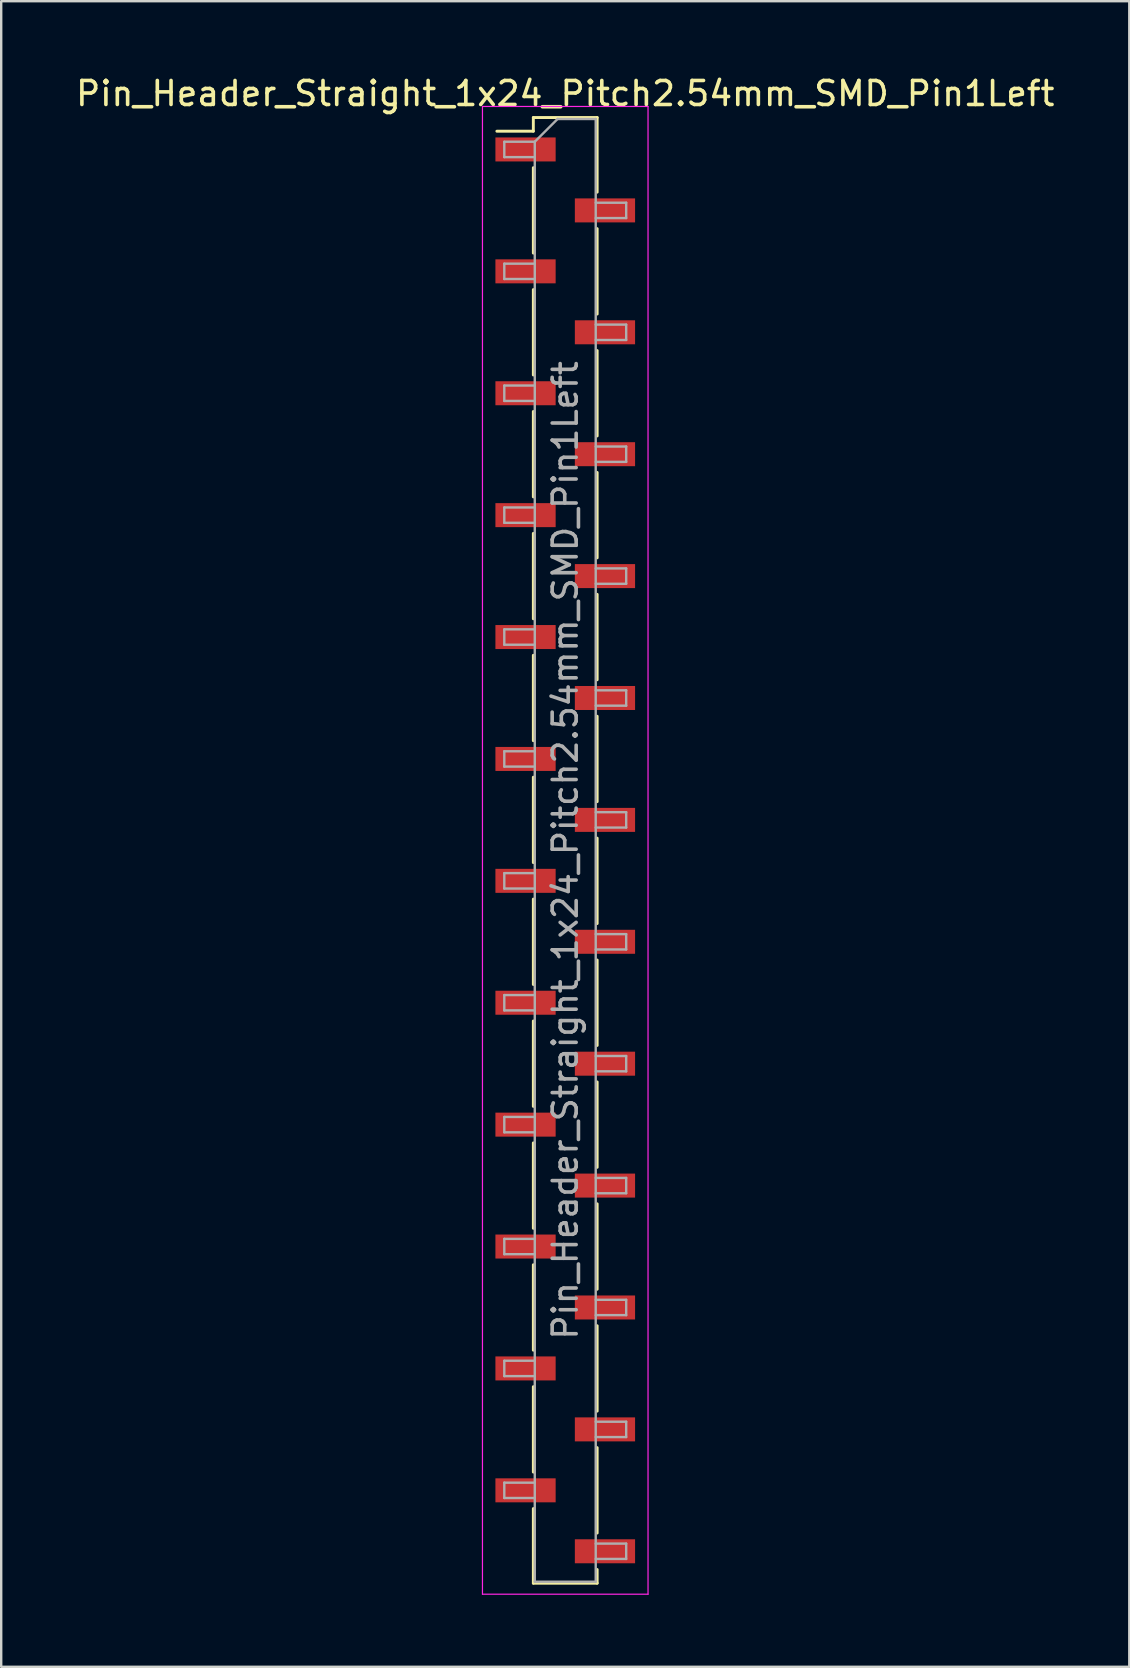
<source format=kicad_pcb>
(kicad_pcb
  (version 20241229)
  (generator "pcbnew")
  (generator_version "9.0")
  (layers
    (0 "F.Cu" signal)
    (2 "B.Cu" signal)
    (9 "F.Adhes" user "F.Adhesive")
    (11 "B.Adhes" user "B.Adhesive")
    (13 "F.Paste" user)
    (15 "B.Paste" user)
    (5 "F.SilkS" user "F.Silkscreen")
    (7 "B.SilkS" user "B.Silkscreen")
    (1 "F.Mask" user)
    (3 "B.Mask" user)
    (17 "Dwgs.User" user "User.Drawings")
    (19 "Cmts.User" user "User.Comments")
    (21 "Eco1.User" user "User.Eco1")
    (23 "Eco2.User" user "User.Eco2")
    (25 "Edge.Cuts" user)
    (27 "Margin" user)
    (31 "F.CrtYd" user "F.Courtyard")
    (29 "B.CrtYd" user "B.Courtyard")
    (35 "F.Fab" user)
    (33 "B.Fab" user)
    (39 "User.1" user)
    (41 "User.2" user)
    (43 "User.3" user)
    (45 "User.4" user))
  (footprint "Pin_Header_Straight_1x24_Pitch2.54mm_SMD_Pin1Left"
    (layer "F.Cu")
    (at 20.506 32.388)
    (property "Reference" "Pin_Header_Straight_1x24_Pitch2.54mm_SMD_Pin1Left" (at 0 -31.54 0) (layer "F.SilkS") (effects (font (size 1 1) (thickness 0.15))))
    (attr smd)
    (fp_line (start -1.33 -30.54) (end -1.33 -29.97) (stroke (width 0.12) (type solid)) (layer "F.SilkS"))
    (fp_line (start -1.33 -30.54) (end 1.33 -30.54) (stroke (width 0.12) (type solid)) (layer "F.SilkS"))
    (fp_line (start -1.33 -29.97) (end -2.85 -29.97) (stroke (width 0.12) (type solid)) (layer "F.SilkS"))
    (fp_line (start -1.33 -28.45) (end -1.33 -24.89) (stroke (width 0.12) (type solid)) (layer "F.SilkS"))
    (fp_line (start -1.33 -23.37) (end -1.33 -19.81) (stroke (width 0.12) (type solid)) (layer "F.SilkS"))
    (fp_line (start -1.33 -18.29) (end -1.33 -14.73) (stroke (width 0.12) (type solid)) (layer "F.SilkS"))
    (fp_line (start -1.33 -13.21) (end -1.33 -9.65) (stroke (width 0.12) (type solid)) (layer "F.SilkS"))
    (fp_line (start -1.33 -8.13) (end -1.33 -4.57) (stroke (width 0.12) (type solid)) (layer "F.SilkS"))
    (fp_line (start -1.33 -3.05) (end -1.33 0.51) (stroke (width 0.12) (type solid)) (layer "F.SilkS"))
    (fp_line (start -1.33 2.03) (end -1.33 5.59) (stroke (width 0.12) (type solid)) (layer "F.SilkS"))
    (fp_line (start -1.33 7.11) (end -1.33 10.67) (stroke (width 0.12) (type solid)) (layer "F.SilkS"))
    (fp_line (start -1.33 12.19) (end -1.33 15.75) (stroke (width 0.12) (type solid)) (layer "F.SilkS"))
    (fp_line (start -1.33 17.27) (end -1.33 20.83) (stroke (width 0.12) (type solid)) (layer "F.SilkS"))
    (fp_line (start -1.33 22.35) (end -1.33 25.91) (stroke (width 0.12) (type solid)) (layer "F.SilkS"))
    (fp_line (start -1.33 27.43) (end -1.33 30.54) (stroke (width 0.12) (type solid)) (layer "F.SilkS"))
    (fp_line (start -1.33 30.54) (end 1.33 30.54) (stroke (width 0.12) (type solid)) (layer "F.SilkS"))
    (fp_line (start 1.33 -30.54) (end 1.33 -27.43) (stroke (width 0.12) (type solid)) (layer "F.SilkS"))
    (fp_line (start 1.33 -25.91) (end 1.33 -22.35) (stroke (width 0.12) (type solid)) (layer "F.SilkS"))
    (fp_line (start 1.33 -20.83) (end 1.33 -17.27) (stroke (width 0.12) (type solid)) (layer "F.SilkS"))
    (fp_line (start 1.33 -15.75) (end 1.33 -12.19) (stroke (width 0.12) (type solid)) (layer "F.SilkS"))
    (fp_line (start 1.33 -10.67) (end 1.33 -7.11) (stroke (width 0.12) (type solid)) (layer "F.SilkS"))
    (fp_line (start 1.33 -5.59) (end 1.33 -2.03) (stroke (width 0.12) (type solid)) (layer "F.SilkS"))
    (fp_line (start 1.33 -0.51) (end 1.33 3.05) (stroke (width 0.12) (type solid)) (layer "F.SilkS"))
    (fp_line (start 1.33 4.57) (end 1.33 8.13) (stroke (width 0.12) (type solid)) (layer "F.SilkS"))
    (fp_line (start 1.33 9.65) (end 1.33 13.21) (stroke (width 0.12) (type solid)) (layer "F.SilkS"))
    (fp_line (start 1.33 14.73) (end 1.33 18.29) (stroke (width 0.12) (type solid)) (layer "F.SilkS"))
    (fp_line (start 1.33 19.81) (end 1.33 23.37) (stroke (width 0.12) (type solid)) (layer "F.SilkS"))
    (fp_line (start 1.33 24.89) (end 1.33 28.45) (stroke (width 0.12) (type solid)) (layer "F.SilkS"))
    (fp_line (start 1.33 29.97) (end 1.33 30.54) (stroke (width 0.12) (type solid)) (layer "F.SilkS"))
    (fp_line (start -3.45 -31) (end -3.45 31) (stroke (width 0.05) (type solid)) (layer "F.CrtYd"))
    (fp_line (start -3.45 31) (end 3.45 31) (stroke (width 0.05) (type solid)) (layer "F.CrtYd"))
    (fp_line (start 3.45 -31) (end -3.45 -31) (stroke (width 0.05) (type solid)) (layer "F.CrtYd"))
    (fp_line (start 3.45 31) (end 3.45 -31) (stroke (width 0.05) (type solid)) (layer "F.CrtYd"))
    (fp_line (start -2.54 -29.53) (end -2.54 -28.89) (stroke (width 0.1) (type solid)) (layer "F.Fab"))
    (fp_line (start -2.54 -28.89) (end -1.27 -28.89) (stroke (width 0.1) (type solid)) (layer "F.Fab"))
    (fp_line (start -2.54 -24.45) (end -2.54 -23.81) (stroke (width 0.1) (type solid)) (layer "F.Fab"))
    (fp_line (start -2.54 -23.81) (end -1.27 -23.81) (stroke (width 0.1) (type solid)) (layer "F.Fab"))
    (fp_line (start -2.54 -19.37) (end -2.54 -18.73) (stroke (width 0.1) (type solid)) (layer "F.Fab"))
    (fp_line (start -2.54 -18.73) (end -1.27 -18.73) (stroke (width 0.1) (type solid)) (layer "F.Fab"))
    (fp_line (start -2.54 -14.29) (end -2.54 -13.65) (stroke (width 0.1) (type solid)) (layer "F.Fab"))
    (fp_line (start -2.54 -13.65) (end -1.27 -13.65) (stroke (width 0.1) (type solid)) (layer "F.Fab"))
    (fp_line (start -2.54 -9.21) (end -2.54 -8.57) (stroke (width 0.1) (type solid)) (layer "F.Fab"))
    (fp_line (start -2.54 -8.57) (end -1.27 -8.57) (stroke (width 0.1) (type solid)) (layer "F.Fab"))
    (fp_line (start -2.54 -4.13) (end -2.54 -3.49) (stroke (width 0.1) (type solid)) (layer "F.Fab"))
    (fp_line (start -2.54 -3.49) (end -1.27 -3.49) (stroke (width 0.1) (type solid)) (layer "F.Fab"))
    (fp_line (start -2.54 0.95) (end -2.54 1.59) (stroke (width 0.1) (type solid)) (layer "F.Fab"))
    (fp_line (start -2.54 1.59) (end -1.27 1.59) (stroke (width 0.1) (type solid)) (layer "F.Fab"))
    (fp_line (start -2.54 6.03) (end -2.54 6.67) (stroke (width 0.1) (type solid)) (layer "F.Fab"))
    (fp_line (start -2.54 6.67) (end -1.27 6.67) (stroke (width 0.1) (type solid)) (layer "F.Fab"))
    (fp_line (start -2.54 11.11) (end -2.54 11.75) (stroke (width 0.1) (type solid)) (layer "F.Fab"))
    (fp_line (start -2.54 11.75) (end -1.27 11.75) (stroke (width 0.1) (type solid)) (layer "F.Fab"))
    (fp_line (start -2.54 16.19) (end -2.54 16.83) (stroke (width 0.1) (type solid)) (layer "F.Fab"))
    (fp_line (start -2.54 16.83) (end -1.27 16.83) (stroke (width 0.1) (type solid)) (layer "F.Fab"))
    (fp_line (start -2.54 21.27) (end -2.54 21.91) (stroke (width 0.1) (type solid)) (layer "F.Fab"))
    (fp_line (start -2.54 21.91) (end -1.27 21.91) (stroke (width 0.1) (type solid)) (layer "F.Fab"))
    (fp_line (start -2.54 26.35) (end -2.54 26.99) (stroke (width 0.1) (type solid)) (layer "F.Fab"))
    (fp_line (start -2.54 26.99) (end -1.27 26.99) (stroke (width 0.1) (type solid)) (layer "F.Fab"))
    (fp_line (start -1.27 -29.53) (end -2.54 -29.53) (stroke (width 0.1) (type solid)) (layer "F.Fab"))
    (fp_line (start -1.27 -29.53) (end -0.32 -30.48) (stroke (width 0.1) (type solid)) (layer "F.Fab"))
    (fp_line (start -1.27 -24.45) (end -2.54 -24.45) (stroke (width 0.1) (type solid)) (layer "F.Fab"))
    (fp_line (start -1.27 -19.37) (end -2.54 -19.37) (stroke (width 0.1) (type solid)) (layer "F.Fab"))
    (fp_line (start -1.27 -14.29) (end -2.54 -14.29) (stroke (width 0.1) (type solid)) (layer "F.Fab"))
    (fp_line (start -1.27 -9.21) (end -2.54 -9.21) (stroke (width 0.1) (type solid)) (layer "F.Fab"))
    (fp_line (start -1.27 -4.13) (end -2.54 -4.13) (stroke (width 0.1) (type solid)) (layer "F.Fab"))
    (fp_line (start -1.27 0.95) (end -2.54 0.95) (stroke (width 0.1) (type solid)) (layer "F.Fab"))
    (fp_line (start -1.27 6.03) (end -2.54 6.03) (stroke (width 0.1) (type solid)) (layer "F.Fab"))
    (fp_line (start -1.27 11.11) (end -2.54 11.11) (stroke (width 0.1) (type solid)) (layer "F.Fab"))
    (fp_line (start -1.27 16.19) (end -2.54 16.19) (stroke (width 0.1) (type solid)) (layer "F.Fab"))
    (fp_line (start -1.27 21.27) (end -2.54 21.27) (stroke (width 0.1) (type solid)) (layer "F.Fab"))
    (fp_line (start -1.27 26.35) (end -2.54 26.35) (stroke (width 0.1) (type solid)) (layer "F.Fab"))
    (fp_line (start -1.27 30.48) (end -1.27 -29.53) (stroke (width 0.1) (type solid)) (layer "F.Fab"))
    (fp_line (start -0.32 -30.48) (end 1.27 -30.48) (stroke (width 0.1) (type solid)) (layer "F.Fab"))
    (fp_line (start 1.27 -30.48) (end 1.27 30.48) (stroke (width 0.1) (type solid)) (layer "F.Fab"))
    (fp_line (start 1.27 -26.99) (end 2.54 -26.99) (stroke (width 0.1) (type solid)) (layer "F.Fab"))
    (fp_line (start 1.27 -21.91) (end 2.54 -21.91) (stroke (width 0.1) (type solid)) (layer "F.Fab"))
    (fp_line (start 1.27 -16.83) (end 2.54 -16.83) (stroke (width 0.1) (type solid)) (layer "F.Fab"))
    (fp_line (start 1.27 -11.75) (end 2.54 -11.75) (stroke (width 0.1) (type solid)) (layer "F.Fab"))
    (fp_line (start 1.27 -6.67) (end 2.54 -6.67) (stroke (width 0.1) (type solid)) (layer "F.Fab"))
    (fp_line (start 1.27 -1.59) (end 2.54 -1.59) (stroke (width 0.1) (type solid)) (layer "F.Fab"))
    (fp_line (start 1.27 3.49) (end 2.54 3.49) (stroke (width 0.1) (type solid)) (layer "F.Fab"))
    (fp_line (start 1.27 8.57) (end 2.54 8.57) (stroke (width 0.1) (type solid)) (layer "F.Fab"))
    (fp_line (start 1.27 13.65) (end 2.54 13.65) (stroke (width 0.1) (type solid)) (layer "F.Fab"))
    (fp_line (start 1.27 18.73) (end 2.54 18.73) (stroke (width 0.1) (type solid)) (layer "F.Fab"))
    (fp_line (start 1.27 23.81) (end 2.54 23.81) (stroke (width 0.1) (type solid)) (layer "F.Fab"))
    (fp_line (start 1.27 28.89) (end 2.54 28.89) (stroke (width 0.1) (type solid)) (layer "F.Fab"))
    (fp_line (start 1.27 30.48) (end -1.27 30.48) (stroke (width 0.1) (type solid)) (layer "F.Fab"))
    (fp_line (start 2.54 -26.99) (end 2.54 -26.35) (stroke (width 0.1) (type solid)) (layer "F.Fab"))
    (fp_line (start 2.54 -26.35) (end 1.27 -26.35) (stroke (width 0.1) (type solid)) (layer "F.Fab"))
    (fp_line (start 2.54 -21.91) (end 2.54 -21.27) (stroke (width 0.1) (type solid)) (layer "F.Fab"))
    (fp_line (start 2.54 -21.27) (end 1.27 -21.27) (stroke (width 0.1) (type solid)) (layer "F.Fab"))
    (fp_line (start 2.54 -16.83) (end 2.54 -16.19) (stroke (width 0.1) (type solid)) (layer "F.Fab"))
    (fp_line (start 2.54 -16.19) (end 1.27 -16.19) (stroke (width 0.1) (type solid)) (layer "F.Fab"))
    (fp_line (start 2.54 -11.75) (end 2.54 -11.11) (stroke (width 0.1) (type solid)) (layer "F.Fab"))
    (fp_line (start 2.54 -11.11) (end 1.27 -11.11) (stroke (width 0.1) (type solid)) (layer "F.Fab"))
    (fp_line (start 2.54 -6.67) (end 2.54 -6.03) (stroke (width 0.1) (type solid)) (layer "F.Fab"))
    (fp_line (start 2.54 -6.03) (end 1.27 -6.03) (stroke (width 0.1) (type solid)) (layer "F.Fab"))
    (fp_line (start 2.54 -1.59) (end 2.54 -0.95) (stroke (width 0.1) (type solid)) (layer "F.Fab"))
    (fp_line (start 2.54 -0.95) (end 1.27 -0.95) (stroke (width 0.1) (type solid)) (layer "F.Fab"))
    (fp_line (start 2.54 3.49) (end 2.54 4.13) (stroke (width 0.1) (type solid)) (layer "F.Fab"))
    (fp_line (start 2.54 4.13) (end 1.27 4.13) (stroke (width 0.1) (type solid)) (layer "F.Fab"))
    (fp_line (start 2.54 8.57) (end 2.54 9.21) (stroke (width 0.1) (type solid)) (layer "F.Fab"))
    (fp_line (start 2.54 9.21) (end 1.27 9.21) (stroke (width 0.1) (type solid)) (layer "F.Fab"))
    (fp_line (start 2.54 13.65) (end 2.54 14.29) (stroke (width 0.1) (type solid)) (layer "F.Fab"))
    (fp_line (start 2.54 14.29) (end 1.27 14.29) (stroke (width 0.1) (type solid)) (layer "F.Fab"))
    (fp_line (start 2.54 18.73) (end 2.54 19.37) (stroke (width 0.1) (type solid)) (layer "F.Fab"))
    (fp_line (start 2.54 19.37) (end 1.27 19.37) (stroke (width 0.1) (type solid)) (layer "F.Fab"))
    (fp_line (start 2.54 23.81) (end 2.54 24.45) (stroke (width 0.1) (type solid)) (layer "F.Fab"))
    (fp_line (start 2.54 24.45) (end 1.27 24.45) (stroke (width 0.1) (type solid)) (layer "F.Fab"))
    (fp_line (start 2.54 28.89) (end 2.54 29.53) (stroke (width 0.1) (type solid)) (layer "F.Fab"))
    (fp_line (start 2.54 29.53) (end 1.27 29.53) (stroke (width 0.1) (type solid)) (layer "F.Fab"))
    (fp_text user "${REFERENCE}" (at 0 0 90) (layer "F.Fab") (effects (font (size 1 1) (thickness 0.15))))
    (pad "1" smd rect (at -1.655 -29.21) (size 2.51 1) (layers "F.Cu" "F.Mask" "F.Paste"))
    (pad "2" smd rect (at 1.655 -26.67) (size 2.51 1) (layers "F.Cu" "F.Mask" "F.Paste"))
    (pad "3" smd rect (at -1.655 -24.13) (size 2.51 1) (layers "F.Cu" "F.Mask" "F.Paste"))
    (pad "4" smd rect (at 1.655 -21.59) (size 2.51 1) (layers "F.Cu" "F.Mask" "F.Paste"))
    (pad "5" smd rect (at -1.655 -19.05) (size 2.51 1) (layers "F.Cu" "F.Mask" "F.Paste"))
    (pad "6" smd rect (at 1.655 -16.51) (size 2.51 1) (layers "F.Cu" "F.Mask" "F.Paste"))
    (pad "7" smd rect (at -1.655 -13.97) (size 2.51 1) (layers "F.Cu" "F.Mask" "F.Paste"))
    (pad "8" smd rect (at 1.655 -11.43) (size 2.51 1) (layers "F.Cu" "F.Mask" "F.Paste"))
    (pad "9" smd rect (at -1.655 -8.89) (size 2.51 1) (layers "F.Cu" "F.Mask" "F.Paste"))
    (pad "10" smd rect (at 1.655 -6.35) (size 2.51 1) (layers "F.Cu" "F.Mask" "F.Paste"))
    (pad "11" smd rect (at -1.655 -3.81) (size 2.51 1) (layers "F.Cu" "F.Mask" "F.Paste"))
    (pad "12" smd rect (at 1.655 -1.27) (size 2.51 1) (layers "F.Cu" "F.Mask" "F.Paste"))
    (pad "13" smd rect (at -1.655 1.27) (size 2.51 1) (layers "F.Cu" "F.Mask" "F.Paste"))
    (pad "14" smd rect (at 1.655 3.81) (size 2.51 1) (layers "F.Cu" "F.Mask" "F.Paste"))
    (pad "15" smd rect (at -1.655 6.35) (size 2.51 1) (layers "F.Cu" "F.Mask" "F.Paste"))
    (pad "16" smd rect (at 1.655 8.89) (size 2.51 1) (layers "F.Cu" "F.Mask" "F.Paste"))
    (pad "17" smd rect (at -1.655 11.43) (size 2.51 1) (layers "F.Cu" "F.Mask" "F.Paste"))
    (pad "18" smd rect (at 1.655 13.97) (size 2.51 1) (layers "F.Cu" "F.Mask" "F.Paste"))
    (pad "19" smd rect (at -1.655 16.51) (size 2.51 1) (layers "F.Cu" "F.Mask" "F.Paste"))
    (pad "20" smd rect (at 1.655 19.05) (size 2.51 1) (layers "F.Cu" "F.Mask" "F.Paste"))
    (pad "21" smd rect (at -1.655 21.59) (size 2.51 1) (layers "F.Cu" "F.Mask" "F.Paste"))
    (pad "22" smd rect (at 1.655 24.13) (size 2.51 1) (layers "F.Cu" "F.Mask" "F.Paste"))
    (pad "23" smd rect (at -1.655 26.67) (size 2.51 1) (layers "F.Cu" "F.Mask" "F.Paste"))
    (pad "24" smd rect (at 1.655 29.21) (size 2.51 1) (layers "F.Cu" "F.Mask" "F.Paste")))
  (gr_rect
    (start -3 -3)
    (end 44.012 66.413)
    (stroke (width 0.1) (type default))
    (fill no)
    (layer "Edge.Cuts")))
</source>
